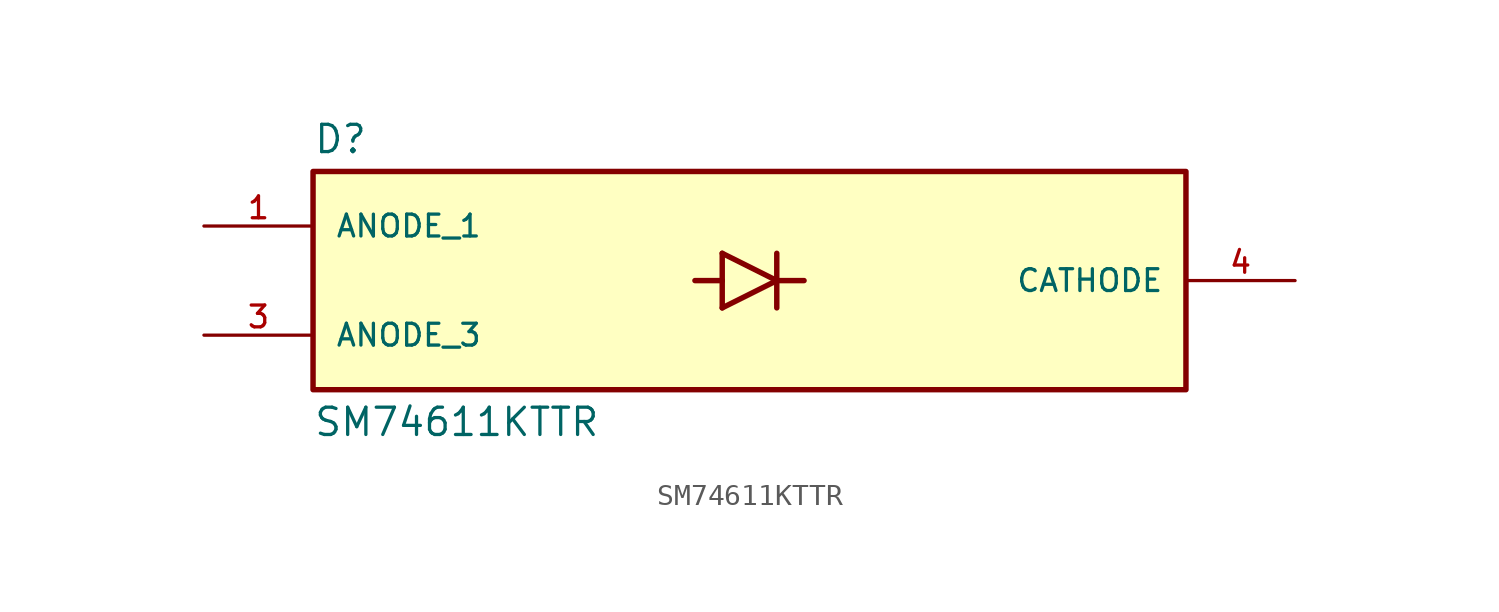
<source format=kicad_sym>
(kicad_symbol_lib
  (version 20211014)
  (generator kicad_symbol_editor)
  (symbol "SM74611KTTR"
    (pin_names
      (offset 1.016))
    (property "Reference" "D"
      (at -20.32 5.842 0)
      (effects (font (size 1.27 1.27)) (justify bottom left)))
    (property "Value" "SM74611KTTR"
      (at -20.32 -5.842 0)
      (effects (font (size 1.27 1.27)) (justify top left)))
    (symbol "SM74611KTTR_0_0"
      (polyline (pts (xy -1.27 -1.27) (xy 1.27 0.0)) (stroke (width 0.254)))
      (polyline (pts (xy 1.27 0.0) (xy -1.27 1.27)) (stroke (width 0.254)))
      (polyline (pts (xy 1.27 1.27) (xy 1.27 0.0)) (stroke (width 0.254)))
      (polyline (pts (xy -1.27 1.27) (xy -1.27 0.0)) (stroke (width 0.254)))
      (polyline (pts (xy -1.27 0.0) (xy -1.27 -1.27)) (stroke (width 0.254)))
      (polyline (pts (xy 1.27 0.0) (xy 1.27 -1.27)) (stroke (width 0.254)))
      (polyline (pts (xy -2.54 0.0) (xy -1.27 0.0)) (stroke (width 0.254)))
      (polyline (pts (xy 1.27 0.0) (xy 2.54 0.0)) (stroke (width 0.254)))
      (rectangle (start -20.32 -5.08) (end 20.32 5.08) (stroke (width 0.254)) (fill (type background)))
      (pin input line (at -25.4 2.54 0) (length 5.08) (name "ANODE_1" (effects (font (size 1.016 1.016)))) (number "1" (effects (font (size 1.016 1.016)))))
      (pin input line (at -25.4 -2.54 0) (length 5.08) (name "ANODE_3" (effects (font (size 1.016 1.016)))) (number "3" (effects (font (size 1.016 1.016)))))
      (pin output line (at 25.4 0.0 180.0) (length 5.08) (name "CATHODE" (effects (font (size 1.016 1.016)))) (number "4" (effects (font (size 1.016 1.016))))))))
</source>
